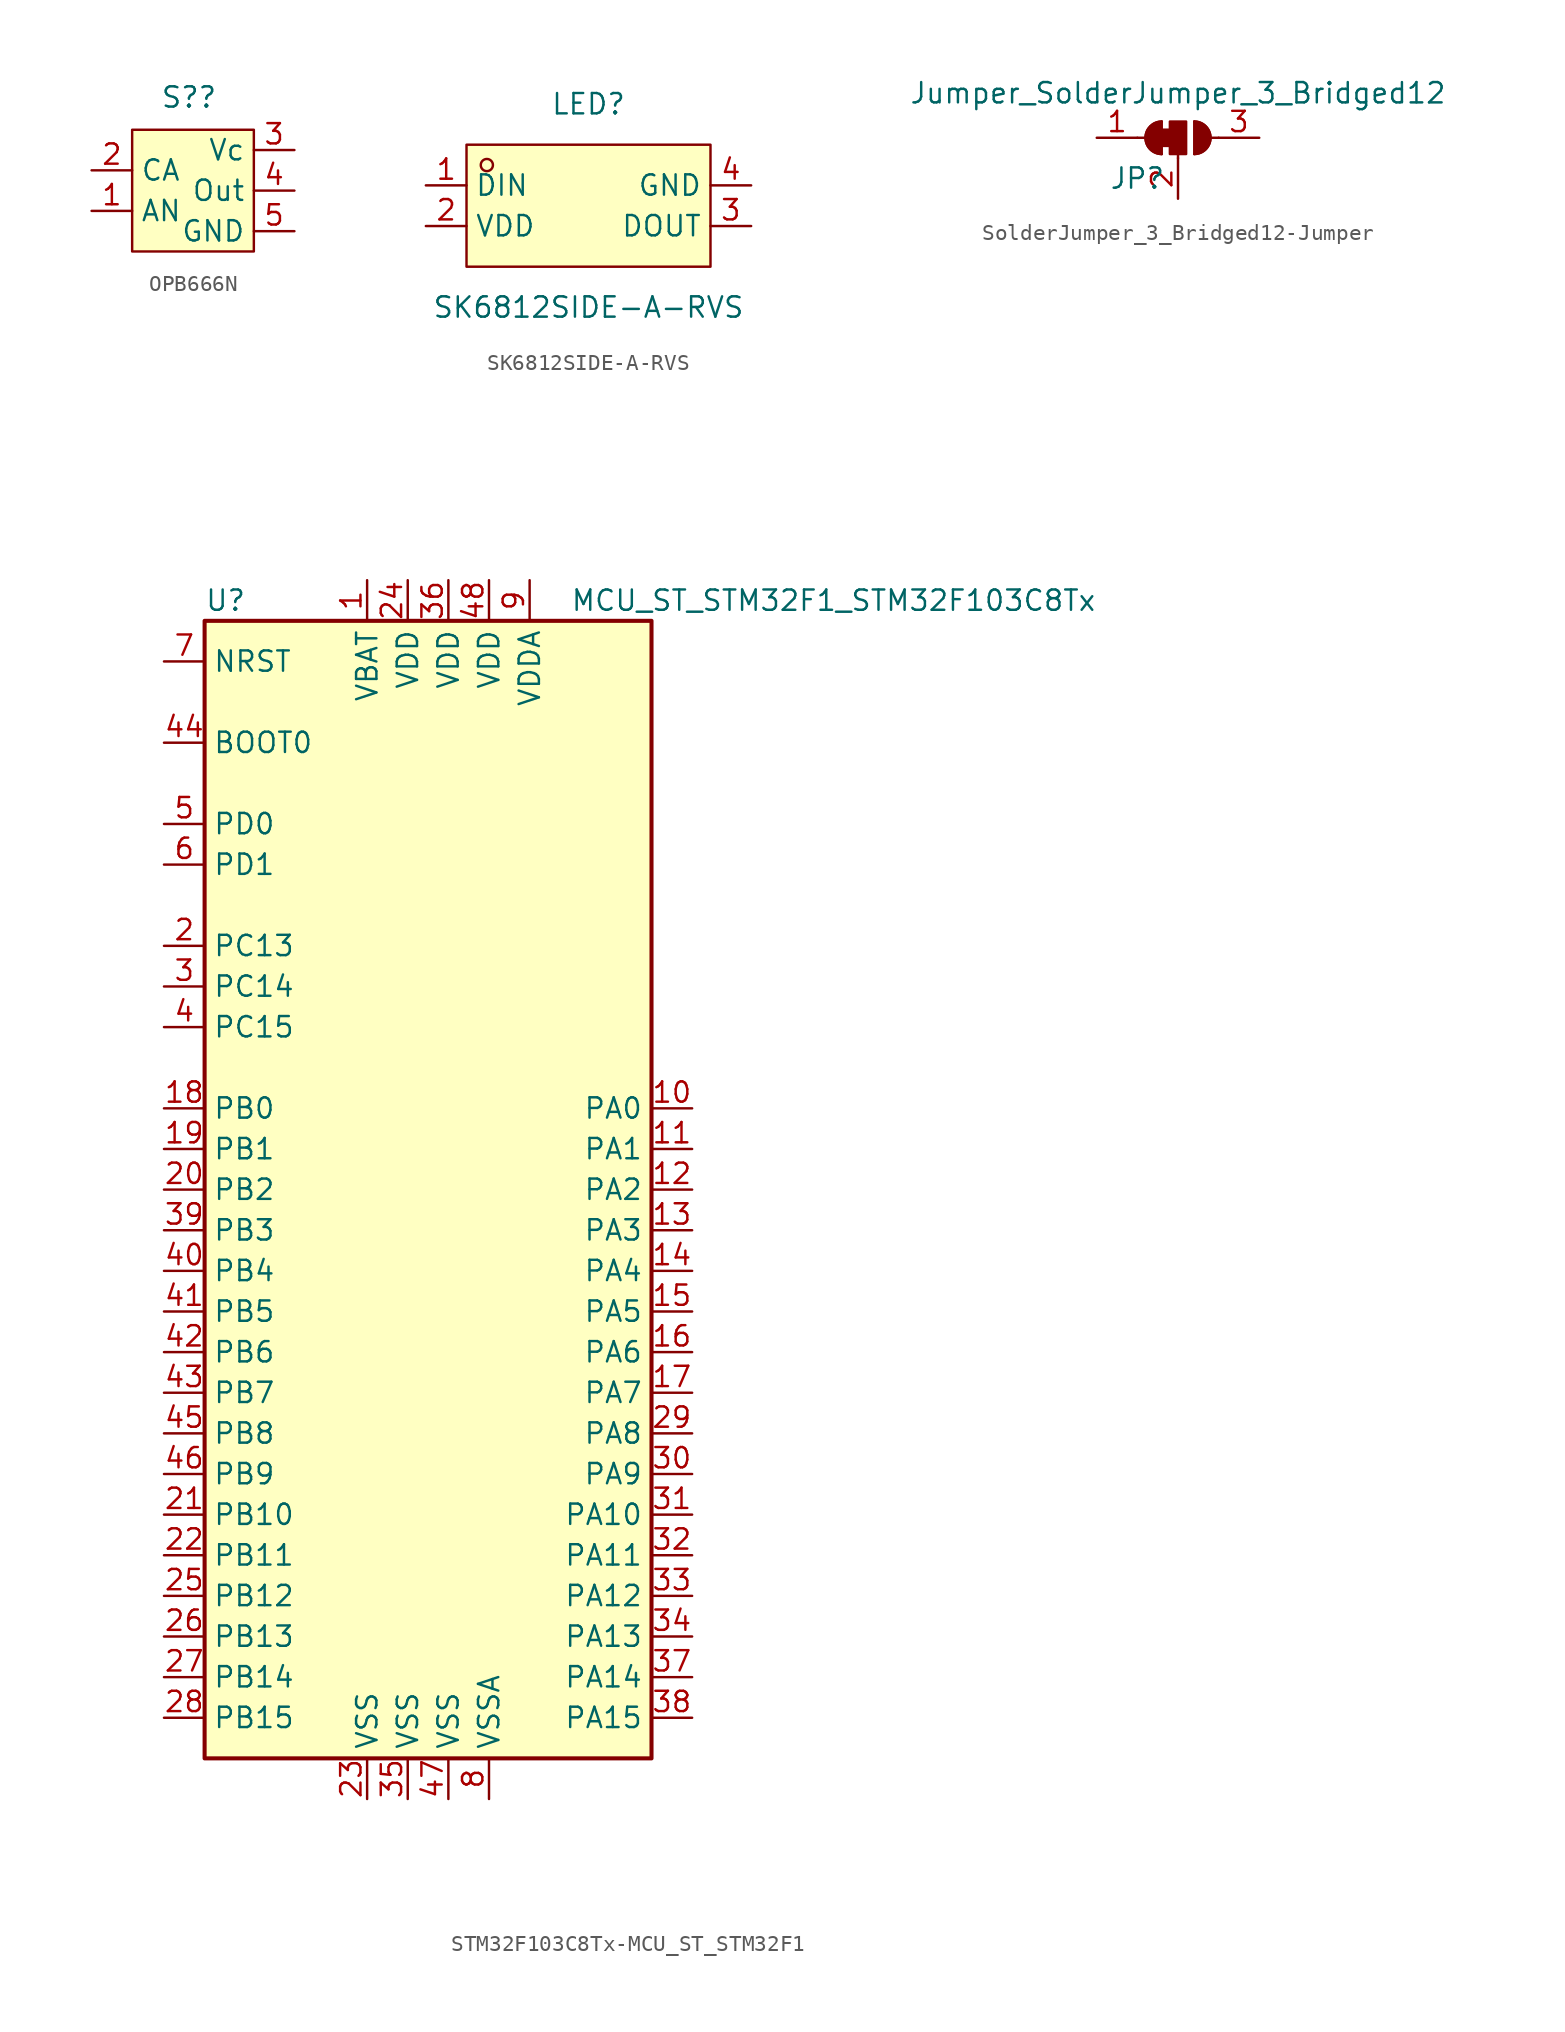
<source format=kicad_sym>
(kicad_symbol_lib
  (version 20241209)
  (generator "kicad_symbol_editor")
  (generator_version "9.0")
  (symbol "OPB666N"
    (property "Reference" "S?"
      (at -0.254 5.842 0)
      (effects (font (size 1.27 1.27))))
    (property "Value" ""
      (at 0 0 0)
      (effects (font (size 1.27 1.27))))
    (symbol "OPB666N_1_1"
      (rectangle (start -3.81 3.81) (end 3.81 -3.81) (stroke (width 0) (type default)) (fill (type background)))
      (pin bidirectional line (at -6.35 1.27 0) (length 2.54) (name "CA" (effects (font (size 1.27 1.27)))) (number "2" (effects (font (size 1.27 1.27)))))
      (pin bidirectional line (at -6.35 -1.27 0) (length 2.54) (name "AN" (effects (font (size 1.27 1.27)))) (number "1" (effects (font (size 1.27 1.27)))))
      (pin input line (at 6.35 2.54 180) (length 2.54) (name "Vc" (effects (font (size 1.27 1.27)))) (number "3" (effects (font (size 1.27 1.27)))))
      (pin output line (at 6.35 0 180) (length 2.54) (name "Out" (effects (font (size 1.27 1.27)))) (number "4" (effects (font (size 1.27 1.27)))))
      (pin bidirectional line (at 6.35 -2.54 180) (length 2.54) (name "GND" (effects (font (size 1.27 1.27)))) (number "5" (effects (font (size 1.27 1.27)))))))
  (symbol "SK6812SIDE-A-RVS"
    (property "Reference" "LED"
      (at 0 6.35 0)
      (effects (font (size 1.27 1.27))))
    (property "Value" "SK6812SIDE-A-RVS"
      (at 0 -6.35 0)
      (effects (font (size 1.27 1.27))))
    (symbol "SK6812SIDE-A-RVS_0_1"
      (rectangle (start -7.62 3.81) (end 7.62 -3.81) (stroke (width 0) (type default)) (fill (type background)))
      (circle (center -6.35 2.54) (radius 0.38) (stroke (width 0) (type default)) (fill (type none)))
      (pin unspecified line (at -10.16 1.27 0) (length 2.54) (name "DIN" (effects (font (size 1.27 1.27)))) (number "1" (effects (font (size 1.27 1.27)))))
      (pin unspecified line (at -10.16 -1.27 0) (length 2.54) (name "VDD" (effects (font (size 1.27 1.27)))) (number "2" (effects (font (size 1.27 1.27)))))
      (pin unspecified line (at 10.16 1.27 180) (length 2.54) (name "GND" (effects (font (size 1.27 1.27)))) (number "4" (effects (font (size 1.27 1.27)))))
      (pin unspecified line (at 10.16 -1.27 180) (length 2.54) (name "DOUT" (effects (font (size 1.27 1.27)))) (number "3" (effects (font (size 1.27 1.27)))))))
  (symbol "SolderJumper_3_Bridged12-Jumper"
    (pin_names
      (offset 0)
      (hide yes))
    (property "Reference" "JP"
      (at -2.54 -2.54 0)
      (effects (font (size 1.27 1.27))))
    (property "Value" "Jumper_SolderJumper_3_Bridged12"
      (at 0 2.794 0)
      (effects (font (size 1.27 1.27))))
    (symbol "SolderJumper_3_Bridged12-Jumper_0_1"
      (polyline (pts (xy -2.54 0) (xy -2.032 0)) (stroke (width 0) (type solid)) (fill (type none)))
      (polyline (pts (xy -1.016 1.016) (xy -1.016 -1.016)) (stroke (width 0) (type solid)) (fill (type none)))
      (rectangle (start -1.016 0.508) (end -0.508 -0.508) (stroke (width 0) (type solid)) (fill (type outline)))
      (arc (start -1.016 -1.016) (mid -2.032 0) (end -1.016 1.016) (stroke (width 0) (type solid)) (fill (type none)))
      (arc (start -1.016 -1.016) (mid -2.032 0) (end -1.016 1.016) (stroke (width 0) (type solid)) (fill (type outline)))
      (rectangle (start -0.508 1.016) (end 0.508 -1.016) (stroke (width 0) (type solid)) (fill (type outline)))
      (polyline (pts (xy 0 -1.27) (xy 0 -1.016)) (stroke (width 0) (type solid)) (fill (type none)))
      (polyline (pts (xy 1.016 1.016) (xy 1.016 -1.016)) (stroke (width 0) (type solid)) (fill (type none)))
      (arc (start 1.016 1.016) (mid 2.032 0) (end 1.016 -1.016) (stroke (width 0) (type solid)) (fill (type none)))
      (arc (start 1.016 1.016) (mid 2.032 0) (end 1.016 -1.016) (stroke (width 0) (type solid)) (fill (type outline)))
      (polyline (pts (xy 2.54 0) (xy 2.032 0)) (stroke (width 0) (type solid)) (fill (type none))))
    (symbol "SolderJumper_3_Bridged12-Jumper_1_1"
      (pin passive line (at -5.08 0 0) (length 2.54) (name "A" (effects (font (size 1.27 1.27)))) (number "1" (effects (font (size 1.27 1.27)))))
      (pin input line (at 0 -3.81 90) (length 2.54) (name "C" (effects (font (size 1.27 1.27)))) (number "2" (effects (font (size 1.27 1.27)))))
      (pin passive line (at 5.08 0 180) (length 2.54) (name "B" (effects (font (size 1.27 1.27)))) (number "3" (effects (font (size 1.27 1.27)))))))
  (symbol "STM32F103C8Tx-MCU_ST_STM32F1"
    (property "Reference" "U"
      (at -15.24 36.83 0)
      (effects (font (size 1.27 1.27)) (justify left)))
    (property "Value" "MCU_ST_STM32F1_STM32F103C8Tx"
      (at 7.62 36.83 0)
      (effects (font (size 1.27 1.27)) (justify left)))
    (symbol "STM32F103C8Tx-MCU_ST_STM32F1_0_1"
      (rectangle (start -15.24 -35.56) (end 12.7 35.56) (stroke (width 0.254) (type solid)) (fill (type background))))
    (symbol "STM32F103C8Tx-MCU_ST_STM32F1_1_1"
      (pin input line (at -17.78 33.02 0) (length 2.54) (name "NRST" (effects (font (size 1.27 1.27)))) (number "7" (effects (font (size 1.27 1.27)))))
      (pin input line (at -17.78 27.94 0) (length 2.54) (name "BOOT0" (effects (font (size 1.27 1.27)))) (number "44" (effects (font (size 1.27 1.27)))))
      (pin input line (at -17.78 22.86 0) (length 2.54) (name "PD0" (effects (font (size 1.27 1.27)))) (number "5" (effects (font (size 1.27 1.27)))))
      (pin input line (at -17.78 20.32 0) (length 2.54) (name "PD1" (effects (font (size 1.27 1.27)))) (number "6" (effects (font (size 1.27 1.27)))))
      (pin bidirectional line (at -17.78 15.24 0) (length 2.54) (name "PC13" (effects (font (size 1.27 1.27)))) (number "2" (effects (font (size 1.27 1.27)))))
      (pin bidirectional line (at -17.78 12.7 0) (length 2.54) (name "PC14" (effects (font (size 1.27 1.27)))) (number "3" (effects (font (size 1.27 1.27)))))
      (pin bidirectional line (at -17.78 10.16 0) (length 2.54) (name "PC15" (effects (font (size 1.27 1.27)))) (number "4" (effects (font (size 1.27 1.27)))))
      (pin bidirectional line (at -17.78 5.08 0) (length 2.54) (name "PB0" (effects (font (size 1.27 1.27)))) (number "18" (effects (font (size 1.27 1.27)))))
      (pin bidirectional line (at -17.78 2.54 0) (length 2.54) (name "PB1" (effects (font (size 1.27 1.27)))) (number "19" (effects (font (size 1.27 1.27)))))
      (pin bidirectional line (at -17.78 0 0) (length 2.54) (name "PB2" (effects (font (size 1.27 1.27)))) (number "20" (effects (font (size 1.27 1.27)))))
      (pin bidirectional line (at -17.78 -2.54 0) (length 2.54) (name "PB3" (effects (font (size 1.27 1.27)))) (number "39" (effects (font (size 1.27 1.27)))))
      (pin bidirectional line (at -17.78 -5.08 0) (length 2.54) (name "PB4" (effects (font (size 1.27 1.27)))) (number "40" (effects (font (size 1.27 1.27)))))
      (pin bidirectional line (at -17.78 -7.62 0) (length 2.54) (name "PB5" (effects (font (size 1.27 1.27)))) (number "41" (effects (font (size 1.27 1.27)))))
      (pin bidirectional line (at -17.78 -10.16 0) (length 2.54) (name "PB6" (effects (font (size 1.27 1.27)))) (number "42" (effects (font (size 1.27 1.27)))))
      (pin bidirectional line (at -17.78 -12.7 0) (length 2.54) (name "PB7" (effects (font (size 1.27 1.27)))) (number "43" (effects (font (size 1.27 1.27)))))
      (pin bidirectional line (at -17.78 -15.24 0) (length 2.54) (name "PB8" (effects (font (size 1.27 1.27)))) (number "45" (effects (font (size 1.27 1.27)))))
      (pin bidirectional line (at -17.78 -17.78 0) (length 2.54) (name "PB9" (effects (font (size 1.27 1.27)))) (number "46" (effects (font (size 1.27 1.27)))))
      (pin bidirectional line (at -17.78 -20.32 0) (length 2.54) (name "PB10" (effects (font (size 1.27 1.27)))) (number "21" (effects (font (size 1.27 1.27)))))
      (pin bidirectional line (at -17.78 -22.86 0) (length 2.54) (name "PB11" (effects (font (size 1.27 1.27)))) (number "22" (effects (font (size 1.27 1.27)))))
      (pin bidirectional line (at -17.78 -25.4 0) (length 2.54) (name "PB12" (effects (font (size 1.27 1.27)))) (number "25" (effects (font (size 1.27 1.27)))))
      (pin bidirectional line (at -17.78 -27.94 0) (length 2.54) (name "PB13" (effects (font (size 1.27 1.27)))) (number "26" (effects (font (size 1.27 1.27)))))
      (pin bidirectional line (at -17.78 -30.48 0) (length 2.54) (name "PB14" (effects (font (size 1.27 1.27)))) (number "27" (effects (font (size 1.27 1.27)))))
      (pin bidirectional line (at -17.78 -33.02 0) (length 2.54) (name "PB15" (effects (font (size 1.27 1.27)))) (number "28" (effects (font (size 1.27 1.27)))))
      (pin power_in line (at -5.08 38.1 270) (length 2.54) (name "VBAT" (effects (font (size 1.27 1.27)))) (number "1" (effects (font (size 1.27 1.27)))))
      (pin power_in line (at -5.08 -38.1 90) (length 2.54) (name "VSS" (effects (font (size 1.27 1.27)))) (number "23" (effects (font (size 1.27 1.27)))))
      (pin power_in line (at -2.54 38.1 270) (length 2.54) (name "VDD" (effects (font (size 1.27 1.27)))) (number "24" (effects (font (size 1.27 1.27)))))
      (pin power_in line (at -2.54 -38.1 90) (length 2.54) (name "VSS" (effects (font (size 1.27 1.27)))) (number "35" (effects (font (size 1.27 1.27)))))
      (pin power_in line (at 0 38.1 270) (length 2.54) (name "VDD" (effects (font (size 1.27 1.27)))) (number "36" (effects (font (size 1.27 1.27)))))
      (pin power_in line (at 0 -38.1 90) (length 2.54) (name "VSS" (effects (font (size 1.27 1.27)))) (number "47" (effects (font (size 1.27 1.27)))))
      (pin power_in line (at 2.54 38.1 270) (length 2.54) (name "VDD" (effects (font (size 1.27 1.27)))) (number "48" (effects (font (size 1.27 1.27)))))
      (pin power_in line (at 2.54 -38.1 90) (length 2.54) (name "VSSA" (effects (font (size 1.27 1.27)))) (number "8" (effects (font (size 1.27 1.27)))))
      (pin power_in line (at 5.08 38.1 270) (length 2.54) (name "VDDA" (effects (font (size 1.27 1.27)))) (number "9" (effects (font (size 1.27 1.27)))))
      (pin bidirectional line (at 15.24 5.08 180) (length 2.54) (name "PA0" (effects (font (size 1.27 1.27)))) (number "10" (effects (font (size 1.27 1.27)))))
      (pin bidirectional line (at 15.24 2.54 180) (length 2.54) (name "PA1" (effects (font (size 1.27 1.27)))) (number "11" (effects (font (size 1.27 1.27)))))
      (pin bidirectional line (at 15.24 0 180) (length 2.54) (name "PA2" (effects (font (size 1.27 1.27)))) (number "12" (effects (font (size 1.27 1.27)))))
      (pin bidirectional line (at 15.24 -2.54 180) (length 2.54) (name "PA3" (effects (font (size 1.27 1.27)))) (number "13" (effects (font (size 1.27 1.27)))))
      (pin bidirectional line (at 15.24 -5.08 180) (length 2.54) (name "PA4" (effects (font (size 1.27 1.27)))) (number "14" (effects (font (size 1.27 1.27)))))
      (pin bidirectional line (at 15.24 -7.62 180) (length 2.54) (name "PA5" (effects (font (size 1.27 1.27)))) (number "15" (effects (font (size 1.27 1.27)))))
      (pin bidirectional line (at 15.24 -10.16 180) (length 2.54) (name "PA6" (effects (font (size 1.27 1.27)))) (number "16" (effects (font (size 1.27 1.27)))))
      (pin bidirectional line (at 15.24 -12.7 180) (length 2.54) (name "PA7" (effects (font (size 1.27 1.27)))) (number "17" (effects (font (size 1.27 1.27)))))
      (pin bidirectional line (at 15.24 -15.24 180) (length 2.54) (name "PA8" (effects (font (size 1.27 1.27)))) (number "29" (effects (font (size 1.27 1.27)))))
      (pin bidirectional line (at 15.24 -17.78 180) (length 2.54) (name "PA9" (effects (font (size 1.27 1.27)))) (number "30" (effects (font (size 1.27 1.27)))))
      (pin bidirectional line (at 15.24 -20.32 180) (length 2.54) (name "PA10" (effects (font (size 1.27 1.27)))) (number "31" (effects (font (size 1.27 1.27)))))
      (pin bidirectional line (at 15.24 -22.86 180) (length 2.54) (name "PA11" (effects (font (size 1.27 1.27)))) (number "32" (effects (font (size 1.27 1.27)))))
      (pin bidirectional line (at 15.24 -25.4 180) (length 2.54) (name "PA12" (effects (font (size 1.27 1.27)))) (number "33" (effects (font (size 1.27 1.27)))))
      (pin bidirectional line (at 15.24 -27.94 180) (length 2.54) (name "PA13" (effects (font (size 1.27 1.27)))) (number "34" (effects (font (size 1.27 1.27)))))
      (pin bidirectional line (at 15.24 -30.48 180) (length 2.54) (name "PA14" (effects (font (size 1.27 1.27)))) (number "37" (effects (font (size 1.27 1.27)))))
      (pin bidirectional line (at 15.24 -33.02 180) (length 2.54) (name "PA15" (effects (font (size 1.27 1.27)))) (number "38" (effects (font (size 1.27 1.27))))))))
</source>
